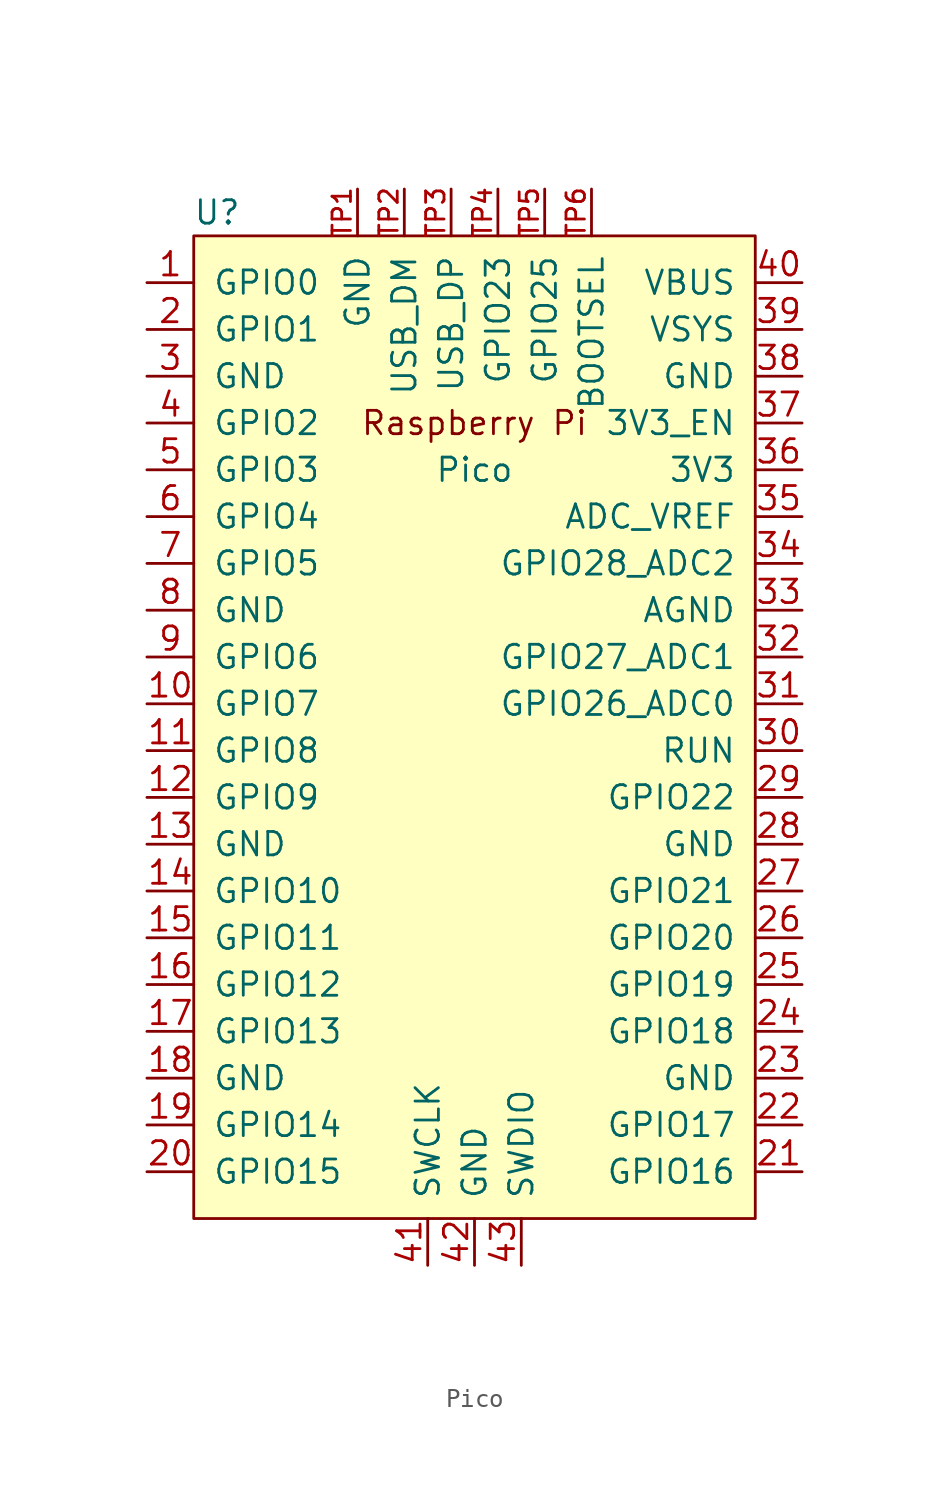
<source format=kicad_sym>
(kicad_symbol_lib
  (version 20220914)
  (generator kicad_symbol_editor)
  (symbol "Pico"
    (pin_names
      (offset 1.016))
    (property "Reference" "U"
      (at -13.97 27.94 0)
      (effects (font (size 1.27 1.27))))
    (property "Value" "Pico"
      (at 0 13.97 0)
      (effects (font (size 1.27 1.27))))
    (symbol "Pico_0_0"
      (text "Raspberry Pi" (at 0 16.51 0) (effects (font (size 1.27 1.27)))))
    (symbol "Pico_0_1"
      (rectangle (start -15.24 26.67) (end 15.24 -26.67) (stroke (width 0) (type solid)) (fill (type background))))
    (symbol "Pico_1_1"
      (pin bidirectional line (at -17.78 24.13 0) (length 2.54) (name "GPIO0" (effects (font (size 1.27 1.27)))) (number "1" (effects (font (size 1.27 1.27)))))
      (pin bidirectional line (at -17.78 1.27 0) (length 2.54) (name "GPIO7" (effects (font (size 1.27 1.27)))) (number "10" (effects (font (size 1.27 1.27)))))
      (pin bidirectional line (at -17.78 -1.27 0) (length 2.54) (name "GPIO8" (effects (font (size 1.27 1.27)))) (number "11" (effects (font (size 1.27 1.27)))))
      (pin bidirectional line (at -17.78 -3.81 0) (length 2.54) (name "GPIO9" (effects (font (size 1.27 1.27)))) (number "12" (effects (font (size 1.27 1.27)))))
      (pin power_in line (at -17.78 -6.35 0) (length 2.54) (name "GND" (effects (font (size 1.27 1.27)))) (number "13" (effects (font (size 1.27 1.27)))))
      (pin bidirectional line (at -17.78 -8.89 0) (length 2.54) (name "GPIO10" (effects (font (size 1.27 1.27)))) (number "14" (effects (font (size 1.27 1.27)))))
      (pin bidirectional line (at -17.78 -11.43 0) (length 2.54) (name "GPIO11" (effects (font (size 1.27 1.27)))) (number "15" (effects (font (size 1.27 1.27)))))
      (pin bidirectional line (at -17.78 -13.97 0) (length 2.54) (name "GPIO12" (effects (font (size 1.27 1.27)))) (number "16" (effects (font (size 1.27 1.27)))))
      (pin bidirectional line (at -17.78 -16.51 0) (length 2.54) (name "GPIO13" (effects (font (size 1.27 1.27)))) (number "17" (effects (font (size 1.27 1.27)))))
      (pin power_in line (at -17.78 -19.05 0) (length 2.54) (name "GND" (effects (font (size 1.27 1.27)))) (number "18" (effects (font (size 1.27 1.27)))))
      (pin bidirectional line (at -17.78 -21.59 0) (length 2.54) (name "GPIO14" (effects (font (size 1.27 1.27)))) (number "19" (effects (font (size 1.27 1.27)))))
      (pin bidirectional line (at -17.78 21.59 0) (length 2.54) (name "GPIO1" (effects (font (size 1.27 1.27)))) (number "2" (effects (font (size 1.27 1.27)))))
      (pin bidirectional line (at -17.78 -24.13 0) (length 2.54) (name "GPIO15" (effects (font (size 1.27 1.27)))) (number "20" (effects (font (size 1.27 1.27)))))
      (pin bidirectional line (at 17.78 -24.13 180) (length 2.54) (name "GPIO16" (effects (font (size 1.27 1.27)))) (number "21" (effects (font (size 1.27 1.27)))))
      (pin bidirectional line (at 17.78 -21.59 180) (length 2.54) (name "GPIO17" (effects (font (size 1.27 1.27)))) (number "22" (effects (font (size 1.27 1.27)))))
      (pin power_in line (at 17.78 -19.05 180) (length 2.54) (name "GND" (effects (font (size 1.27 1.27)))) (number "23" (effects (font (size 1.27 1.27)))))
      (pin bidirectional line (at 17.78 -16.51 180) (length 2.54) (name "GPIO18" (effects (font (size 1.27 1.27)))) (number "24" (effects (font (size 1.27 1.27)))))
      (pin bidirectional line (at 17.78 -13.97 180) (length 2.54) (name "GPIO19" (effects (font (size 1.27 1.27)))) (number "25" (effects (font (size 1.27 1.27)))))
      (pin bidirectional line (at 17.78 -11.43 180) (length 2.54) (name "GPIO20" (effects (font (size 1.27 1.27)))) (number "26" (effects (font (size 1.27 1.27)))))
      (pin bidirectional line (at 17.78 -8.89 180) (length 2.54) (name "GPIO21" (effects (font (size 1.27 1.27)))) (number "27" (effects (font (size 1.27 1.27)))))
      (pin power_in line (at 17.78 -6.35 180) (length 2.54) (name "GND" (effects (font (size 1.27 1.27)))) (number "28" (effects (font (size 1.27 1.27)))))
      (pin bidirectional line (at 17.78 -3.81 180) (length 2.54) (name "GPIO22" (effects (font (size 1.27 1.27)))) (number "29" (effects (font (size 1.27 1.27)))))
      (pin power_in line (at -17.78 19.05 0) (length 2.54) (name "GND" (effects (font (size 1.27 1.27)))) (number "3" (effects (font (size 1.27 1.27)))))
      (pin input line (at 17.78 -1.27 180) (length 2.54) (name "RUN" (effects (font (size 1.27 1.27)))) (number "30" (effects (font (size 1.27 1.27)))))
      (pin bidirectional line (at 17.78 1.27 180) (length 2.54) (name "GPIO26_ADC0" (effects (font (size 1.27 1.27)))) (number "31" (effects (font (size 1.27 1.27)))))
      (pin bidirectional line (at 17.78 3.81 180) (length 2.54) (name "GPIO27_ADC1" (effects (font (size 1.27 1.27)))) (number "32" (effects (font (size 1.27 1.27)))))
      (pin power_in line (at 17.78 6.35 180) (length 2.54) (name "AGND" (effects (font (size 1.27 1.27)))) (number "33" (effects (font (size 1.27 1.27)))))
      (pin bidirectional line (at 17.78 8.89 180) (length 2.54) (name "GPIO28_ADC2" (effects (font (size 1.27 1.27)))) (number "34" (effects (font (size 1.27 1.27)))))
      (pin unspecified line (at 17.78 11.43 180) (length 2.54) (name "ADC_VREF" (effects (font (size 1.27 1.27)))) (number "35" (effects (font (size 1.27 1.27)))))
      (pin power_in line (at 17.78 13.97 180) (length 2.54) (name "3V3" (effects (font (size 1.27 1.27)))) (number "36" (effects (font (size 1.27 1.27)))))
      (pin input line (at 17.78 16.51 180) (length 2.54) (name "3V3_EN" (effects (font (size 1.27 1.27)))) (number "37" (effects (font (size 1.27 1.27)))))
      (pin bidirectional line (at 17.78 19.05 180) (length 2.54) (name "GND" (effects (font (size 1.27 1.27)))) (number "38" (effects (font (size 1.27 1.27)))))
      (pin unspecified line (at 17.78 21.59 180) (length 2.54) (name "VSYS" (effects (font (size 1.27 1.27)))) (number "39" (effects (font (size 1.27 1.27)))))
      (pin bidirectional line (at -17.78 16.51 0) (length 2.54) (name "GPIO2" (effects (font (size 1.27 1.27)))) (number "4" (effects (font (size 1.27 1.27)))))
      (pin power_in line (at 17.78 24.13 180) (length 2.54) (name "VBUS" (effects (font (size 1.27 1.27)))) (number "40" (effects (font (size 1.27 1.27)))))
      (pin input line (at -2.54 -29.21 90) (length 2.54) (name "SWCLK" (effects (font (size 1.27 1.27)))) (number "41" (effects (font (size 1.27 1.27)))))
      (pin power_in line (at 0 -29.21 90) (length 2.54) (name "GND" (effects (font (size 1.27 1.27)))) (number "42" (effects (font (size 1.27 1.27)))))
      (pin bidirectional line (at 2.54 -29.21 90) (length 2.54) (name "SWDIO" (effects (font (size 1.27 1.27)))) (number "43" (effects (font (size 1.27 1.27)))))
      (pin bidirectional line (at -17.78 13.97 0) (length 2.54) (name "GPIO3" (effects (font (size 1.27 1.27)))) (number "5" (effects (font (size 1.27 1.27)))))
      (pin bidirectional line (at -17.78 11.43 0) (length 2.54) (name "GPIO4" (effects (font (size 1.27 1.27)))) (number "6" (effects (font (size 1.27 1.27)))))
      (pin bidirectional line (at -17.78 8.89 0) (length 2.54) (name "GPIO5" (effects (font (size 1.27 1.27)))) (number "7" (effects (font (size 1.27 1.27)))))
      (pin power_in line (at -17.78 6.35 0) (length 2.54) (name "GND" (effects (font (size 1.27 1.27)))) (number "8" (effects (font (size 1.27 1.27)))))
      (pin bidirectional line (at -17.78 3.81 0) (length 2.54) (name "GPIO6" (effects (font (size 1.27 1.27)))) (number "9" (effects (font (size 1.27 1.27)))))
      (pin power_in line (at -6.35 29.21 270) (length 2.54) (name "GND" (effects (font (size 1.27 1.27)))) (number "TP1" (effects (font (size 1 1)))))
      (pin bidirectional line (at -3.81 29.21 270) (length 2.54) (name "USB_DM" (effects (font (size 1.27 1.27)))) (number "TP2" (effects (font (size 1 1)))))
      (pin bidirectional line (at -1.27 29.21 270) (length 2.54) (name "USB_DP" (effects (font (size 1.27 1.27)))) (number "TP3" (effects (font (size 1 1)))))
      (pin bidirectional line (at 1.27 29.21 270) (length 2.54) (name "GPIO23" (effects (font (size 1.27 1.27)))) (number "TP4" (effects (font (size 1 1)))))
      (pin bidirectional line (at 3.81 29.21 270) (length 2.54) (name "GPIO25" (effects (font (size 1.27 1.27)))) (number "TP5" (effects (font (size 1 1)))))
      (pin bidirectional line (at 6.35 29.21 270) (length 2.54) (name "BOOTSEL" (effects (font (size 1.27 1.27)))) (number "TP6" (effects (font (size 1 1))))))))
</source>
